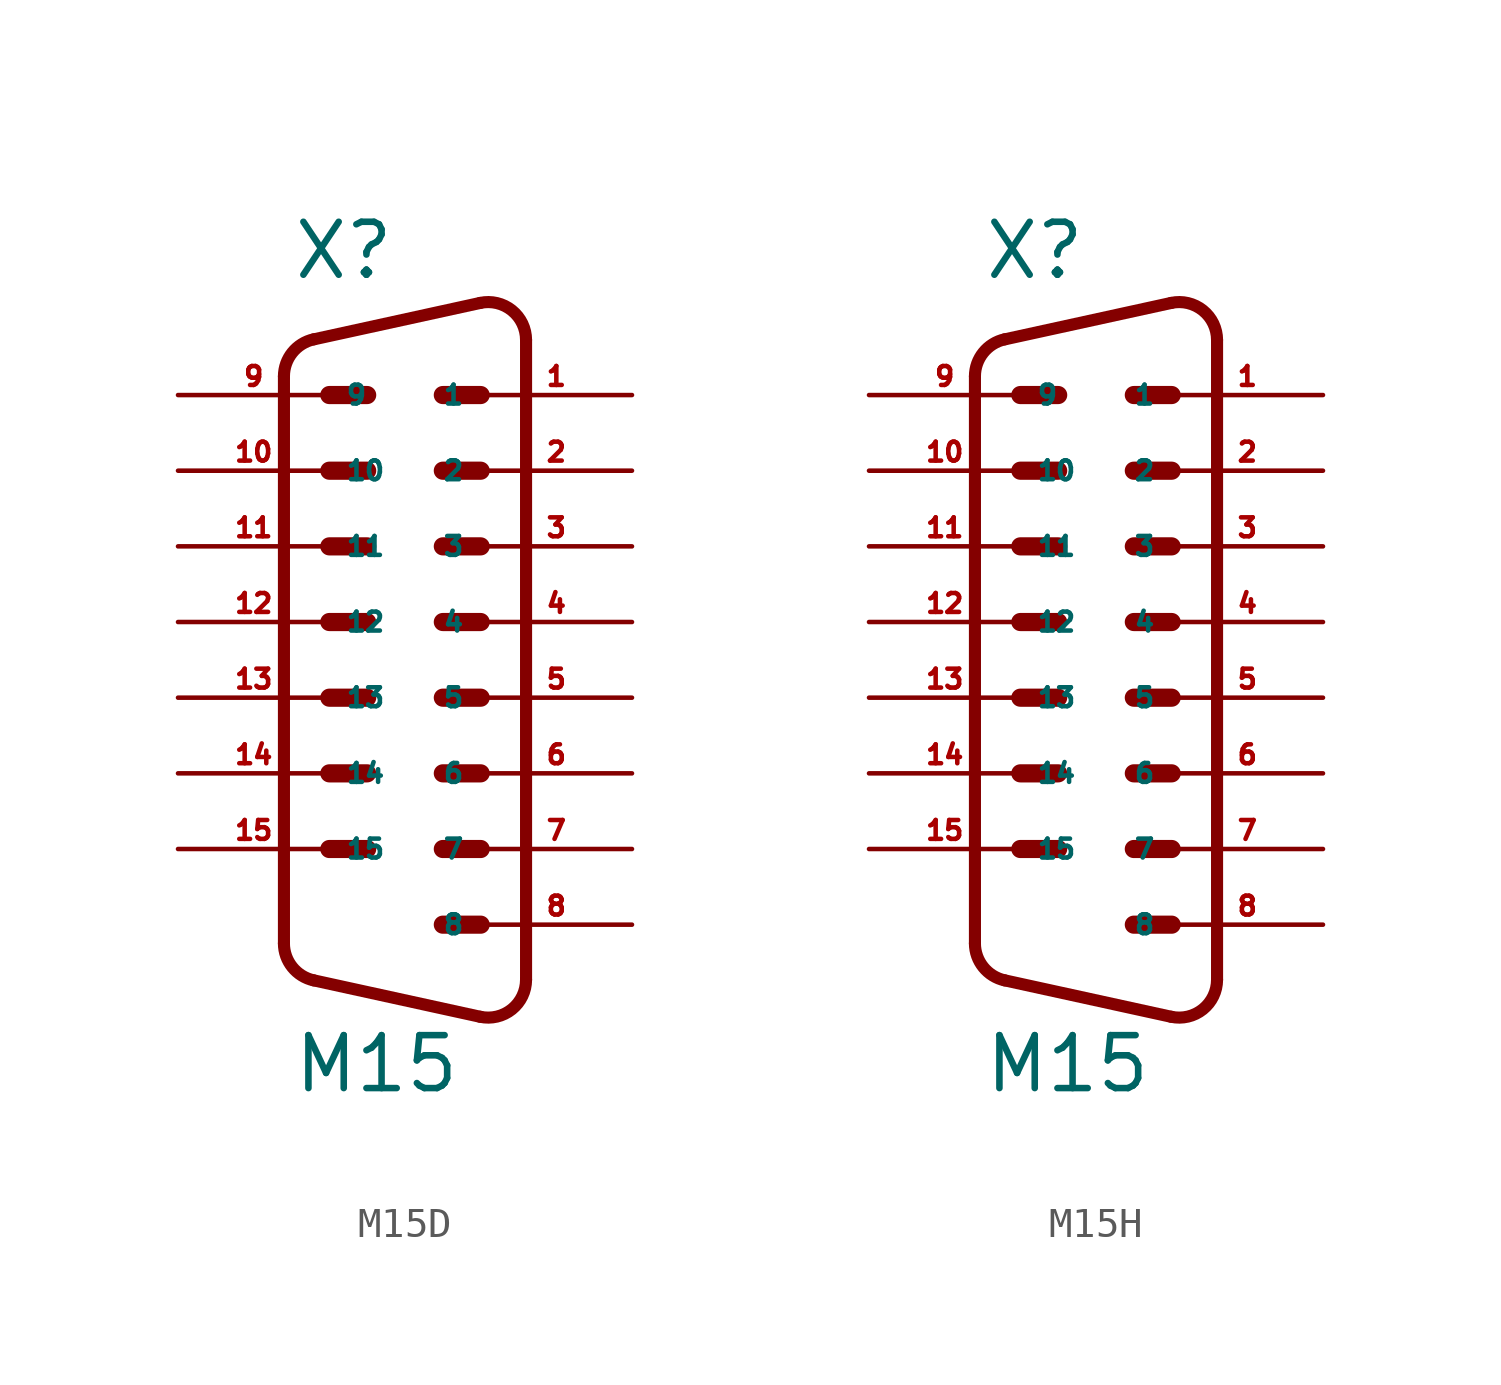
<source format=kicad_sym>
(kicad_symbol_lib
  (version 20220914)
  (generator Eagle2Kicad)
  (symbol "M15D"
    (property "Reference" "X"
      (at -3.81 11.43 0)
      (effects (font (size 1.778 1.778) (thickness 0.22)) (justify left bottom)))
    (property "Value" "M15"
      (at -3.81 -15.875 0)
      (effects (font (size 1.778 1.778) (thickness 0.22)) (justify left bottom)))
    (polyline
      (pts (xy -2.54 7.62) (xy -1.27 7.62))
      (stroke (width 0.61) (type default))
      (fill (type none)))
    (polyline
      (pts (xy 1.27 7.62) (xy 2.54 7.62))
      (stroke (width 0.61) (type default))
      (fill (type none)))
    (polyline
      (pts (xy 1.27 5.08) (xy 2.54 5.08))
      (stroke (width 0.61) (type default))
      (fill (type none)))
    (polyline
      (pts (xy -2.54 5.08) (xy -1.27 5.08))
      (stroke (width 0.61) (type default))
      (fill (type none)))
    (polyline
      (pts (xy -2.54 2.54) (xy -1.27 2.54))
      (stroke (width 0.61) (type default))
      (fill (type none)))
    (polyline
      (pts (xy 1.27 2.54) (xy 2.54 2.54))
      (stroke (width 0.61) (type default))
      (fill (type none)))
    (polyline
      (pts (xy -2.54 0) (xy -1.27 0))
      (stroke (width 0.61) (type default))
      (fill (type none)))
    (polyline
      (pts (xy -2.54 -2.54) (xy -1.27 -2.54))
      (stroke (width 0.61) (type default))
      (fill (type none)))
    (polyline
      (pts (xy 1.27 0) (xy 2.54 0))
      (stroke (width 0.61) (type default))
      (fill (type none)))
    (polyline
      (pts (xy 1.27 -2.54) (xy 2.54 -2.54))
      (stroke (width 0.61) (type default))
      (fill (type none)))
    (polyline
      (pts (xy -2.54 -5.08) (xy -1.27 -5.08))
      (stroke (width 0.61) (type default))
      (fill (type none)))
    (polyline
      (pts (xy -2.54 -7.62) (xy -1.27 -7.62))
      (stroke (width 0.61) (type default))
      (fill (type none)))
    (polyline
      (pts (xy 1.27 -5.08) (xy 2.54 -5.08))
      (stroke (width 0.61) (type default))
      (fill (type none)))
    (polyline
      (pts (xy 1.27 -10.16) (xy 2.54 -10.16))
      (stroke (width 0.61) (type default))
      (fill (type none)))
    (polyline
      (pts (xy 1.27 -7.62) (xy 2.54 -7.62))
      (stroke (width 0.61) (type default))
      (fill (type none)))
    (arc
      (start 2.5226 -13.2518)
      (mid 3.590 -13.000)
      (end 4.0637 -12.0112)
      (stroke (width 0.4064) (type default))
      (fill (type none)))
    (polyline
      (pts (xy 2.523 -13.252) (xy -3.065 -12.029))
      (stroke (width 0.406) (type default))
      (fill (type none)))
    (arc
      (start -4.064 -10.7888)
      (mid -3.783 -11.585)
      (end -3.0654 -12.0294)
      (stroke (width 0.4064) (type default))
      (fill (type none)))
    (polyline
      (pts (xy -4.064 8.249) (xy -4.064 -10.789))
      (stroke (width 0.406) (type default))
      (fill (type none)))
    (arc
      (start -3.0654 9.4894)
      (mid -3.783 9.045)
      (end -4.064 8.2488)
      (stroke (width 0.4064) (type default))
      (fill (type none)))
    (polyline
      (pts (xy 4.064 9.471) (xy 4.064 -12.011))
      (stroke (width 0.406) (type default))
      (fill (type none)))
    (polyline
      (pts (xy 2.523 10.712) (xy -3.065 9.489))
      (stroke (width 0.406) (type default))
      (fill (type none)))
    (arc
      (start 4.064 9.4712)
      (mid 3.590 10.461)
      (end 2.5226 10.7119)
      (stroke (width 0.4064) (type default))
      (fill (type none)))
    (pin passive line
      (at 7.62 7.62 180)
      (length 5.08)
      (name "1" (effects (font (size 0.635 0.635) (thickness 0.08)) (justify left bottom)))
      (number "1" (effects (font (size 0.635 0.635) (thickness 0.08)) (justify left bottom))))
    (pin passive line
      (at -7.62 7.62 0)
      (length 5.08)
      (name "9" (effects (font (size 0.635 0.635) (thickness 0.08)) (justify left bottom)))
      (number "9" (effects (font (size 0.635 0.635) (thickness 0.08)) (justify left bottom))))
    (pin passive line
      (at 7.62 5.08 180)
      (length 5.08)
      (name "2" (effects (font (size 0.635 0.635) (thickness 0.08)) (justify left bottom)))
      (number "2" (effects (font (size 0.635 0.635) (thickness 0.08)) (justify left bottom))))
    (pin passive line
      (at -7.62 5.08 0)
      (length 5.08)
      (name "10" (effects (font (size 0.635 0.635) (thickness 0.08)) (justify left bottom)))
      (number "10" (effects (font (size 0.635 0.635) (thickness 0.08)) (justify left bottom))))
    (pin passive line
      (at 7.62 2.54 180)
      (length 5.08)
      (name "3" (effects (font (size 0.635 0.635) (thickness 0.08)) (justify left bottom)))
      (number "3" (effects (font (size 0.635 0.635) (thickness 0.08)) (justify left bottom))))
    (pin passive line
      (at -7.62 2.54 0)
      (length 5.08)
      (name "11" (effects (font (size 0.635 0.635) (thickness 0.08)) (justify left bottom)))
      (number "11" (effects (font (size 0.635 0.635) (thickness 0.08)) (justify left bottom))))
    (pin passive line
      (at 7.62 0 180)
      (length 5.08)
      (name "4" (effects (font (size 0.635 0.635) (thickness 0.08)) (justify left bottom)))
      (number "4" (effects (font (size 0.635 0.635) (thickness 0.08)) (justify left bottom))))
    (pin passive line
      (at -7.62 0 0)
      (length 5.08)
      (name "12" (effects (font (size 0.635 0.635) (thickness 0.08)) (justify left bottom)))
      (number "12" (effects (font (size 0.635 0.635) (thickness 0.08)) (justify left bottom))))
    (pin passive line
      (at 7.62 -2.54 180)
      (length 5.08)
      (name "5" (effects (font (size 0.635 0.635) (thickness 0.08)) (justify left bottom)))
      (number "5" (effects (font (size 0.635 0.635) (thickness 0.08)) (justify left bottom))))
    (pin passive line
      (at -7.62 -2.54 0)
      (length 5.08)
      (name "13" (effects (font (size 0.635 0.635) (thickness 0.08)) (justify left bottom)))
      (number "13" (effects (font (size 0.635 0.635) (thickness 0.08)) (justify left bottom))))
    (pin passive line
      (at 7.62 -5.08 180)
      (length 5.08)
      (name "6" (effects (font (size 0.635 0.635) (thickness 0.08)) (justify left bottom)))
      (number "6" (effects (font (size 0.635 0.635) (thickness 0.08)) (justify left bottom))))
    (pin passive line
      (at -7.62 -5.08 0)
      (length 5.08)
      (name "14" (effects (font (size 0.635 0.635) (thickness 0.08)) (justify left bottom)))
      (number "14" (effects (font (size 0.635 0.635) (thickness 0.08)) (justify left bottom))))
    (pin passive line
      (at 7.62 -7.62 180)
      (length 5.08)
      (name "7" (effects (font (size 0.635 0.635) (thickness 0.08)) (justify left bottom)))
      (number "7" (effects (font (size 0.635 0.635) (thickness 0.08)) (justify left bottom))))
    (pin passive line
      (at -7.62 -7.62 0)
      (length 5.08)
      (name "15" (effects (font (size 0.635 0.635) (thickness 0.08)) (justify left bottom)))
      (number "15" (effects (font (size 0.635 0.635) (thickness 0.08)) (justify left bottom))))
    (pin passive line
      (at 7.62 -10.16 180)
      (length 5.08)
      (name "8" (effects (font (size 0.635 0.635) (thickness 0.08)) (justify left bottom)))
      (number "8" (effects (font (size 0.635 0.635) (thickness 0.08)) (justify left bottom)))))
  (symbol "M15H"
    (property "Reference" "X"
      (at -3.81 11.43 0)
      (effects (font (size 1.778 1.778) (thickness 0.22)) (justify left bottom)))
    (property "Value" "M15"
      (at -3.81 -15.875 0)
      (effects (font (size 1.778 1.778) (thickness 0.22)) (justify left bottom)))
    (polyline
      (pts (xy -2.54 7.62) (xy -1.27 7.62))
      (stroke (width 0.61) (type default))
      (fill (type none)))
    (polyline
      (pts (xy 1.27 7.62) (xy 2.54 7.62))
      (stroke (width 0.61) (type default))
      (fill (type none)))
    (polyline
      (pts (xy 1.27 5.08) (xy 2.54 5.08))
      (stroke (width 0.61) (type default))
      (fill (type none)))
    (polyline
      (pts (xy -2.54 5.08) (xy -1.27 5.08))
      (stroke (width 0.61) (type default))
      (fill (type none)))
    (polyline
      (pts (xy -2.54 2.54) (xy -1.27 2.54))
      (stroke (width 0.61) (type default))
      (fill (type none)))
    (polyline
      (pts (xy 1.27 2.54) (xy 2.54 2.54))
      (stroke (width 0.61) (type default))
      (fill (type none)))
    (polyline
      (pts (xy -2.54 0) (xy -1.27 0))
      (stroke (width 0.61) (type default))
      (fill (type none)))
    (polyline
      (pts (xy -2.54 -2.54) (xy -1.27 -2.54))
      (stroke (width 0.61) (type default))
      (fill (type none)))
    (polyline
      (pts (xy 1.27 0) (xy 2.54 0))
      (stroke (width 0.61) (type default))
      (fill (type none)))
    (polyline
      (pts (xy 1.27 -2.54) (xy 2.54 -2.54))
      (stroke (width 0.61) (type default))
      (fill (type none)))
    (polyline
      (pts (xy -2.54 -5.08) (xy -1.27 -5.08))
      (stroke (width 0.61) (type default))
      (fill (type none)))
    (polyline
      (pts (xy -2.54 -7.62) (xy -1.27 -7.62))
      (stroke (width 0.61) (type default))
      (fill (type none)))
    (polyline
      (pts (xy 1.27 -5.08) (xy 2.54 -5.08))
      (stroke (width 0.61) (type default))
      (fill (type none)))
    (polyline
      (pts (xy 1.27 -10.16) (xy 2.54 -10.16))
      (stroke (width 0.61) (type default))
      (fill (type none)))
    (polyline
      (pts (xy 1.27 -7.62) (xy 2.54 -7.62))
      (stroke (width 0.61) (type default))
      (fill (type none)))
    (arc
      (start 2.5226 -13.2518)
      (mid 3.590 -13.000)
      (end 4.0637 -12.0112)
      (stroke (width 0.4064) (type default))
      (fill (type none)))
    (polyline
      (pts (xy 2.523 -13.252) (xy -3.065 -12.029))
      (stroke (width 0.406) (type default))
      (fill (type none)))
    (arc
      (start -4.064 -10.7888)
      (mid -3.783 -11.585)
      (end -3.0654 -12.0294)
      (stroke (width 0.4064) (type default))
      (fill (type none)))
    (polyline
      (pts (xy -4.064 8.249) (xy -4.064 -10.789))
      (stroke (width 0.406) (type default))
      (fill (type none)))
    (arc
      (start -3.0654 9.4894)
      (mid -3.783 9.045)
      (end -4.064 8.2488)
      (stroke (width 0.4064) (type default))
      (fill (type none)))
    (polyline
      (pts (xy 4.064 9.471) (xy 4.064 -12.011))
      (stroke (width 0.406) (type default))
      (fill (type none)))
    (polyline
      (pts (xy 2.523 10.712) (xy -3.065 9.489))
      (stroke (width 0.406) (type default))
      (fill (type none)))
    (arc
      (start 4.064 9.4712)
      (mid 3.590 10.461)
      (end 2.5226 10.7119)
      (stroke (width 0.4064) (type default))
      (fill (type none)))
    (pin passive line
      (at 7.62 7.62 180)
      (length 5.08)
      (name "1" (effects (font (size 0.635 0.635) (thickness 0.08)) (justify left bottom)))
      (number "1" (effects (font (size 0.635 0.635) (thickness 0.08)) (justify left bottom))))
    (pin passive line
      (at -7.62 7.62 0)
      (length 5.08)
      (name "9" (effects (font (size 0.635 0.635) (thickness 0.08)) (justify left bottom)))
      (number "9" (effects (font (size 0.635 0.635) (thickness 0.08)) (justify left bottom))))
    (pin passive line
      (at 7.62 5.08 180)
      (length 5.08)
      (name "2" (effects (font (size 0.635 0.635) (thickness 0.08)) (justify left bottom)))
      (number "2" (effects (font (size 0.635 0.635) (thickness 0.08)) (justify left bottom))))
    (pin passive line
      (at -7.62 5.08 0)
      (length 5.08)
      (name "10" (effects (font (size 0.635 0.635) (thickness 0.08)) (justify left bottom)))
      (number "10" (effects (font (size 0.635 0.635) (thickness 0.08)) (justify left bottom))))
    (pin passive line
      (at 7.62 2.54 180)
      (length 5.08)
      (name "3" (effects (font (size 0.635 0.635) (thickness 0.08)) (justify left bottom)))
      (number "3" (effects (font (size 0.635 0.635) (thickness 0.08)) (justify left bottom))))
    (pin passive line
      (at -7.62 2.54 0)
      (length 5.08)
      (name "11" (effects (font (size 0.635 0.635) (thickness 0.08)) (justify left bottom)))
      (number "11" (effects (font (size 0.635 0.635) (thickness 0.08)) (justify left bottom))))
    (pin passive line
      (at 7.62 0 180)
      (length 5.08)
      (name "4" (effects (font (size 0.635 0.635) (thickness 0.08)) (justify left bottom)))
      (number "4" (effects (font (size 0.635 0.635) (thickness 0.08)) (justify left bottom))))
    (pin passive line
      (at -7.62 0 0)
      (length 5.08)
      (name "12" (effects (font (size 0.635 0.635) (thickness 0.08)) (justify left bottom)))
      (number "12" (effects (font (size 0.635 0.635) (thickness 0.08)) (justify left bottom))))
    (pin passive line
      (at 7.62 -2.54 180)
      (length 5.08)
      (name "5" (effects (font (size 0.635 0.635) (thickness 0.08)) (justify left bottom)))
      (number "5" (effects (font (size 0.635 0.635) (thickness 0.08)) (justify left bottom))))
    (pin passive line
      (at -7.62 -2.54 0)
      (length 5.08)
      (name "13" (effects (font (size 0.635 0.635) (thickness 0.08)) (justify left bottom)))
      (number "13" (effects (font (size 0.635 0.635) (thickness 0.08)) (justify left bottom))))
    (pin passive line
      (at 7.62 -5.08 180)
      (length 5.08)
      (name "6" (effects (font (size 0.635 0.635) (thickness 0.08)) (justify left bottom)))
      (number "6" (effects (font (size 0.635 0.635) (thickness 0.08)) (justify left bottom))))
    (pin passive line
      (at -7.62 -5.08 0)
      (length 5.08)
      (name "14" (effects (font (size 0.635 0.635) (thickness 0.08)) (justify left bottom)))
      (number "14" (effects (font (size 0.635 0.635) (thickness 0.08)) (justify left bottom))))
    (pin passive line
      (at 7.62 -7.62 180)
      (length 5.08)
      (name "7" (effects (font (size 0.635 0.635) (thickness 0.08)) (justify left bottom)))
      (number "7" (effects (font (size 0.635 0.635) (thickness 0.08)) (justify left bottom))))
    (pin passive line
      (at -7.62 -7.62 0)
      (length 5.08)
      (name "15" (effects (font (size 0.635 0.635) (thickness 0.08)) (justify left bottom)))
      (number "15" (effects (font (size 0.635 0.635) (thickness 0.08)) (justify left bottom))))
    (pin passive line
      (at 7.62 -10.16 180)
      (length 5.08)
      (name "8" (effects (font (size 0.635 0.635) (thickness 0.08)) (justify left bottom)))
      (number "8" (effects (font (size 0.635 0.635) (thickness 0.08)) (justify left bottom))))))
</source>
